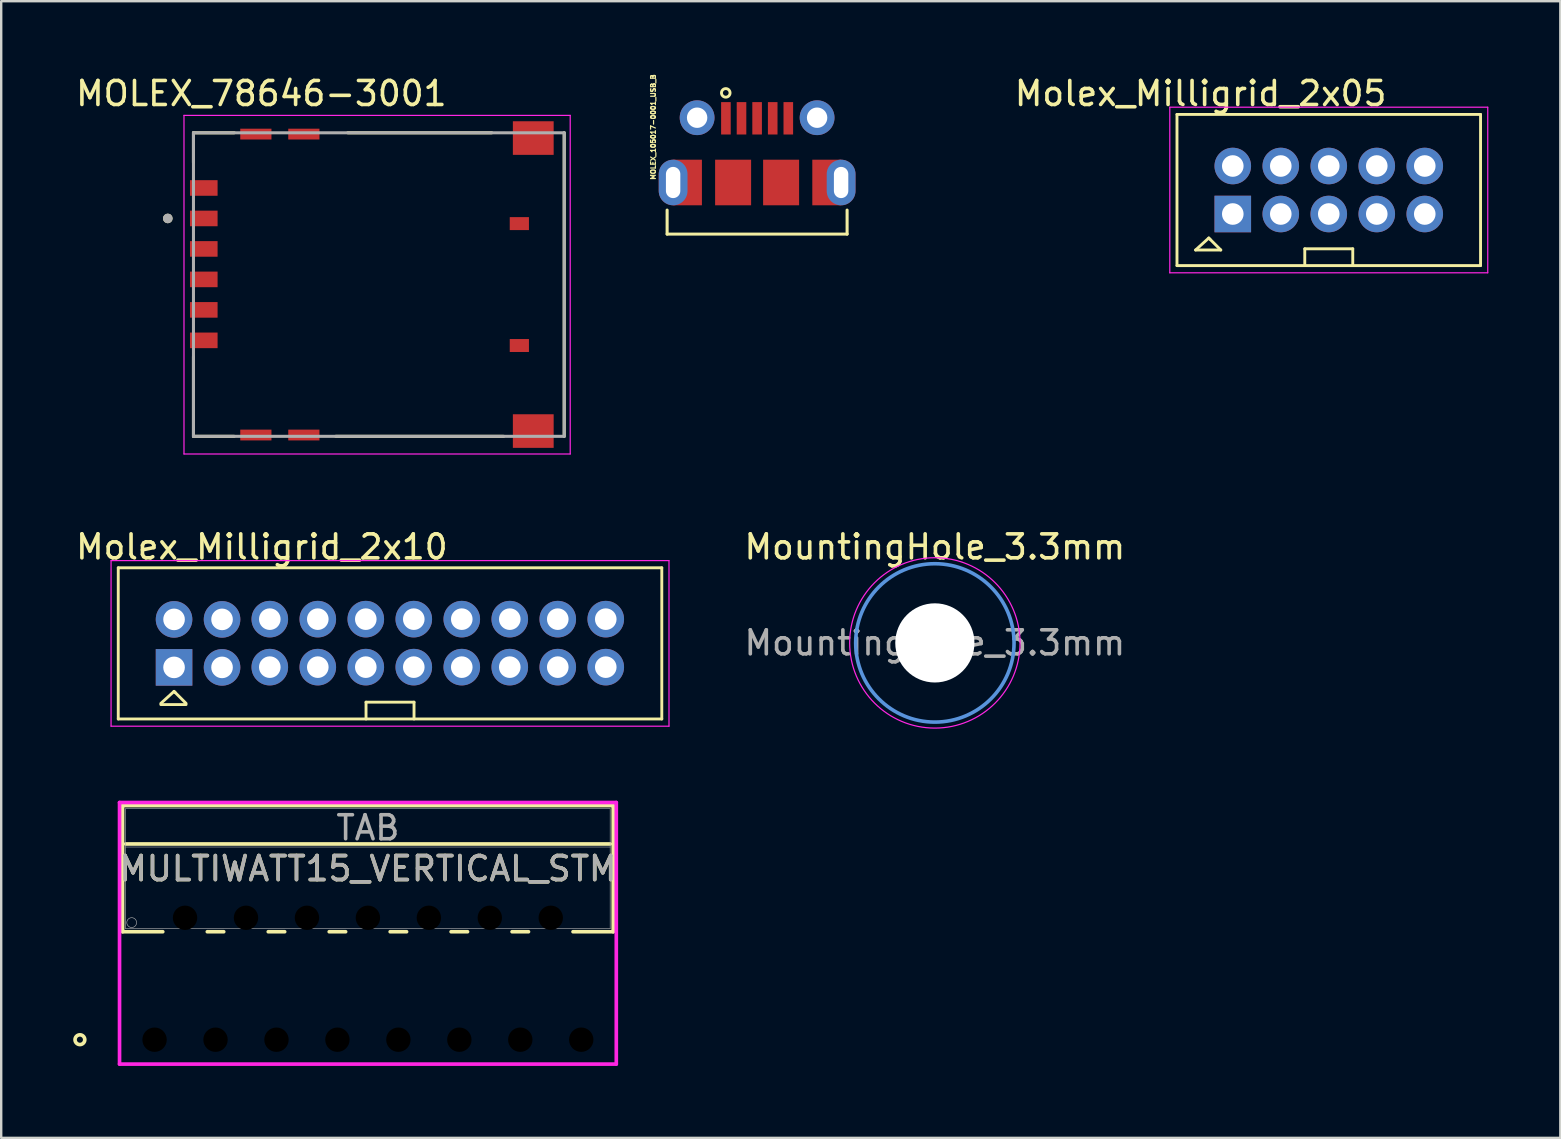
<source format=kicad_pcb>
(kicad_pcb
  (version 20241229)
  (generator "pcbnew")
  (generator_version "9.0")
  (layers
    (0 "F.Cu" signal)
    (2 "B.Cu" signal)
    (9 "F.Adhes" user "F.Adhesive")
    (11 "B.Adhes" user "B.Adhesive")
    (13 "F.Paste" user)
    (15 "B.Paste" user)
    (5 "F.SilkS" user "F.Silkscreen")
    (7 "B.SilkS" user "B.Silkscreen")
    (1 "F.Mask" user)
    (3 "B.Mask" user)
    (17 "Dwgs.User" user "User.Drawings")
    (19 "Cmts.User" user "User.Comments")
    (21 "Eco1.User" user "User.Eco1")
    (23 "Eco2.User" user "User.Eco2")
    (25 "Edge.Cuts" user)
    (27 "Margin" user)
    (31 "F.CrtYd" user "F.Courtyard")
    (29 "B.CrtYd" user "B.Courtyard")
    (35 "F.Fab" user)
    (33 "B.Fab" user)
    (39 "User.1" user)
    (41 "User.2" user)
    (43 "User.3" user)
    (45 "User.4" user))
  (footprint "MULTIWATT15_VERTICAL_STM"
    (layer "F.Cu")
    (at 3.391 40.276)
    (property "Reference" "MULTIWATT15_VERTICAL_STM" (at 8.89 -7.128 0) (unlocked yes) (layer "F.SilkS") (effects (font (size 1 1) (thickness 0.15))))
    (fp_line (start -1.333 -9.757) (end -1.333 -4.499) (stroke (width 0.152) (type solid)) (layer "F.SilkS"))
    (fp_line (start -1.333 -4.499) (end 0.342 -4.499) (stroke (width 0.152) (type solid)) (layer "F.SilkS"))
    (fp_line (start -1.206 -8.157) (end 18.986 -8.157) (stroke (width 0.152) (type solid)) (layer "F.SilkS"))
    (fp_line (start 2.198 -4.499) (end 2.882 -4.499) (stroke (width 0.152) (type solid)) (layer "F.SilkS"))
    (fp_line (start 4.738 -4.499) (end 5.422 -4.499) (stroke (width 0.152) (type solid)) (layer "F.SilkS"))
    (fp_line (start 7.278 -4.499) (end 7.962 -4.499) (stroke (width 0.152) (type solid)) (layer "F.SilkS"))
    (fp_line (start 9.818 -4.499) (end 10.502 -4.499) (stroke (width 0.152) (type solid)) (layer "F.SilkS"))
    (fp_line (start 12.358 -4.499) (end 13.042 -4.499) (stroke (width 0.152) (type solid)) (layer "F.SilkS"))
    (fp_line (start 14.898 -4.499) (end 15.582 -4.499) (stroke (width 0.152) (type solid)) (layer "F.SilkS"))
    (fp_line (start 17.438 -4.499) (end 19.113 -4.499) (stroke (width 0.152) (type solid)) (layer "F.SilkS"))
    (fp_line (start 19.113 -9.757) (end -1.333 -9.757) (stroke (width 0.152) (type solid)) (layer "F.SilkS"))
    (fp_line (start 19.113 -4.499) (end 19.113 -9.757) (stroke (width 0.152) (type solid)) (layer "F.SilkS"))
    (fp_circle (center -3.111 0) (end -2.908 0) (stroke (width 0.152) (type solid)) (fill no) (layer "F.SilkS"))
    (fp_line (start -1.46 -9.884) (end -1.46 1.016) (stroke (width 0.152) (type solid)) (layer "F.CrtYd"))
    (fp_line (start -1.46 1.016) (end 19.241 1.016) (stroke (width 0.152) (type solid)) (layer "F.CrtYd"))
    (fp_line (start 19.241 -9.884) (end -1.46 -9.884) (stroke (width 0.152) (type solid)) (layer "F.CrtYd"))
    (fp_line (start 19.241 1.016) (end 19.241 -9.884) (stroke (width 0.152) (type solid)) (layer "F.CrtYd"))
    (fp_line (start -1.206 -9.63) (end -1.206 -4.626) (stroke (width 0.025) (type solid)) (layer "F.Fab"))
    (fp_line (start -1.206 -8.03) (end 18.986 -8.03) (stroke (width 0.025) (type solid)) (layer "F.Fab"))
    (fp_line (start -1.206 -4.626) (end 18.986 -4.626) (stroke (width 0.025) (type solid)) (layer "F.Fab"))
    (fp_line (start 18.986 -9.63) (end -1.206 -9.63) (stroke (width 0.025) (type solid)) (layer "F.Fab"))
    (fp_line (start 18.986 -4.626) (end 18.986 -9.63) (stroke (width 0.025) (type solid)) (layer "F.Fab"))
    (fp_circle (center -0.953 -4.88) (end -0.749 -4.88) (stroke (width 0.025) (type solid)) (fill no) (layer "F.Fab"))
    (fp_text user "${REFERENCE}" (at 8.89 -7.128 0) (unlocked yes) (layer "F.Fab") (effects (font (size 1 1) (thickness 0.15))))
    (fp_text user "TAB" (at 8.89 -8.83 0) (unlocked yes) (layer "F.Fab") (effects (font (size 1 1) (thickness 0.15))))
    (pad "" np_thru_hole rect (at 0 0) (size 1.524 1.524) (drill 1.016) (layers))
    (pad "" np_thru_hole circle (at 1.27 -5.08) (size 1.524 1.524) (drill 1.016) (layers))
    (pad "" np_thru_hole circle (at 2.54 0) (size 1.524 1.524) (drill 1.016) (layers))
    (pad "" np_thru_hole circle (at 3.81 -5.08) (size 1.524 1.524) (drill 1.016) (layers))
    (pad "" np_thru_hole circle (at 5.08 0) (size 1.524 1.524) (drill 1.016) (layers))
    (pad "" np_thru_hole circle (at 6.35 -5.08) (size 1.524 1.524) (drill 1.016) (layers))
    (pad "" np_thru_hole circle (at 7.62 0) (size 1.524 1.524) (drill 1.016) (layers))
    (pad "" np_thru_hole circle (at 8.89 -5.08) (size 1.524 1.524) (drill 1.016) (layers))
    (pad "" np_thru_hole circle (at 10.16 0) (size 1.524 1.524) (drill 1.016) (layers))
    (pad "" np_thru_hole circle (at 11.43 -5.08) (size 1.524 1.524) (drill 1.016) (layers))
    (pad "" np_thru_hole circle (at 12.7 0) (size 1.524 1.524) (drill 1.016) (layers))
    (pad "" np_thru_hole circle (at 13.97 -5.08) (size 1.524 1.524) (drill 1.016) (layers))
    (pad "" np_thru_hole circle (at 15.24 0) (size 1.524 1.524) (drill 1.016) (layers))
    (pad "" np_thru_hole circle (at 16.51 -5.08) (size 1.524 1.524) (drill 1.016) (layers))
    (pad "" np_thru_hole circle (at 17.78 0) (size 1.524 1.524) (drill 1.016) (layers)))
  (footprint "Molex_Milligrid_2x05"
    (layer "F.Cu")
    (at 52.322 4.868)
    (property "Reference" "Molex_Milligrid_2x05" (at -5.34 -4.02 0) (layer "F.SilkS") (effects (font (size 1 1) (thickness 0.15))))
    (attr through_hole)
    (fp_line (start -6.325 -3.15) (end -6.325 3.15) (stroke (width 0.12) (type solid)) (layer "F.SilkS"))
    (fp_line (start -6.325 -3.15) (end 6.325 -3.15) (stroke (width 0.12) (type solid)) (layer "F.SilkS"))
    (fp_line (start -6.325 3.15) (end 6.325 3.15) (stroke (width 0.12) (type solid)) (layer "F.SilkS"))
    (fp_line (start -5.55 2.5) (end -4.5 2.5) (stroke (width 0.12) (type solid)) (layer "F.SilkS"))
    (fp_line (start -5 2) (end -5.55 2.5) (stroke (width 0.12) (type solid)) (layer "F.SilkS"))
    (fp_line (start -4.95 2.05) (end -5 2) (stroke (width 0.12) (type solid)) (layer "F.SilkS"))
    (fp_line (start -4.5 2.5) (end -4.95 2.05) (stroke (width 0.12) (type solid)) (layer "F.SilkS"))
    (fp_line (start -1 2.45) (end 1 2.45) (stroke (width 0.12) (type solid)) (layer "F.SilkS"))
    (fp_line (start -1 3.15) (end -1 2.45) (stroke (width 0.12) (type solid)) (layer "F.SilkS"))
    (fp_line (start 1 2.45) (end 1 3.15) (stroke (width 0.12) (type solid)) (layer "F.SilkS"))
    (fp_line (start 6.325 -3.15) (end 6.325 3.15) (stroke (width 0.12) (type solid)) (layer "F.SilkS"))
    (fp_line (start -6.625 -3.45) (end -6.625 3.45) (stroke (width 0.05) (type solid)) (layer "F.CrtYd"))
    (fp_line (start -6.625 -3.45) (end 6.625 -3.45) (stroke (width 0.05) (type solid)) (layer "F.CrtYd"))
    (fp_line (start -6.625 3.45) (end 6.625 3.45) (stroke (width 0.05) (type solid)) (layer "F.CrtYd"))
    (fp_line (start 6.625 -3.45) (end 6.625 3.45) (stroke (width 0.05) (type solid)) (layer "F.CrtYd"))
    (pad "1" thru_hole rect (at -4 1) (size 1.524 1.524) (drill 0.9) (layers "*.Cu" "*.Mask"))
    (pad "2" thru_hole circle (at -2 1) (size 1.524 1.524) (drill 0.9) (layers "*.Cu" "*.Mask"))
    (pad "3" thru_hole circle (at 0 1) (size 1.524 1.524) (drill 0.9) (layers "*.Cu" "*.Mask"))
    (pad "4" thru_hole circle (at 2 1) (size 1.524 1.524) (drill 0.9) (layers "*.Cu" "*.Mask"))
    (pad "5" thru_hole circle (at 4 1) (size 1.524 1.524) (drill 0.9) (layers "*.Cu" "*.Mask"))
    (pad "6" thru_hole circle (at -4 -1) (size 1.524 1.524) (drill 0.9) (layers "*.Cu" "*.Mask"))
    (pad "7" thru_hole circle (at -2 -1) (size 1.524 1.524) (drill 0.9) (layers "*.Cu" "*.Mask"))
    (pad "8" thru_hole circle (at 0 -1) (size 1.524 1.524) (drill 0.9) (layers "*.Cu" "*.Mask"))
    (pad "9" thru_hole circle (at 2 -1) (size 1.524 1.524) (drill 0.9) (layers "*.Cu" "*.Mask"))
    (pad "10" thru_hole circle (at 4 -1) (size 1.524 1.524) (drill 0.9) (layers "*.Cu" "*.Mask")))
  (footprint "MountingHole_3.3mm"
    (layer "F.Cu")
    (at 35.907 23.741)
    (property "Reference" "MountingHole_3.3mm" (at 0 -4 0) (layer "F.SilkS") (effects (font (size 1 1) (thickness 0.15))))
    (attr exclude_from_pos_files exclude_from_bom)
    (fp_circle (center 0 0) (end 3.3 0) (stroke (width 0.15) (type solid)) (fill no) (layer "Cmts.User"))
    (fp_circle (center 0 0) (end 3.55 0) (stroke (width 0.05) (type solid)) (fill no) (layer "F.CrtYd"))
    (fp_text user "${REFERENCE}" (at 0 0 0) (layer "F.Fab") (effects (font (size 1 1) (thickness 0.15))))
    (pad "" np_thru_hole circle (at 0 0) (size 3.3 3.3) (drill 3.3) (layers "*.Cu" "*.Mask")))
  (footprint "MOLEX_78646-3001"
    (layer "F.Cu")
    (at 12.737 8.808)
    (property "Reference" "MOLEX_78646-3001" (at -4.897 -7.96 0) (layer "F.SilkS") (effects (font (size 1 1) (thickness 0.15))))
    (attr through_hole)
    (fp_line (start -7.725 -6.325) (end -7.725 -5.08) (stroke (width 0.127) (type solid)) (layer "F.SilkS"))
    (fp_line (start -7.725 -6.325) (end -6.025 -6.325) (stroke (width 0.127) (type solid)) (layer "F.SilkS"))
    (fp_line (start -7.725 3) (end -7.725 6.325) (stroke (width 0.127) (type solid)) (layer "F.SilkS"))
    (fp_line (start -7.725 6.325) (end -6.025 6.325) (stroke (width 0.127) (type solid)) (layer "F.SilkS"))
    (fp_line (start -1.795 6.325) (end 5.205 6.325) (stroke (width 0.127) (type solid)) (layer "F.SilkS"))
    (fp_line (start -1.295 -6.325) (end 4.705 -6.325) (stroke (width 0.127) (type solid)) (layer "F.SilkS"))
    (fp_line (start 7.725 -6.325) (end 7.725 6.325) (stroke (width 0.127) (type solid)) (layer "F.SilkS"))
    (fp_circle (center -8.795 -2.755) (end -8.695 -2.755) (stroke (width 0.2) (type solid)) (fill no) (layer "F.SilkS"))
    (fp_line (start -8.12 -7.05) (end 7.975 -7.05) (stroke (width 0.05) (type solid)) (layer "F.CrtYd"))
    (fp_line (start -8.12 7.06) (end -8.12 -7.05) (stroke (width 0.05) (type solid)) (layer "F.CrtYd"))
    (fp_line (start 7.975 -7.05) (end 7.975 7.06) (stroke (width 0.05) (type solid)) (layer "F.CrtYd"))
    (fp_line (start 7.975 7.06) (end -8.12 7.06) (stroke (width 0.05) (type solid)) (layer "F.CrtYd"))
    (fp_line (start -7.725 -6.325) (end -7.725 6.325) (stroke (width 0.127) (type solid)) (layer "F.Fab"))
    (fp_line (start 7.725 -6.325) (end -7.725 -6.325) (stroke (width 0.127) (type solid)) (layer "F.Fab"))
    (fp_line (start 7.725 -6.325) (end 7.725 6.325) (stroke (width 0.127) (type solid)) (layer "F.Fab"))
    (fp_line (start 7.725 6.325) (end -7.725 6.325) (stroke (width 0.127) (type solid)) (layer "F.Fab"))
    (fp_circle (center -8.795 -2.755) (end -8.695 -2.755) (stroke (width 0.2) (type solid)) (fill no) (layer "F.Fab"))
    (pad "C1" smd rect (at -7.295 -2.755) (size 1.15 0.65) (layers "F.Cu" "F.Mask" "F.Paste"))
    (pad "C2" smd rect (at -7.295 -0.215) (size 1.15 0.65) (layers "F.Cu" "F.Mask" "F.Paste"))
    (pad "C3" smd rect (at -7.295 2.325) (size 1.15 0.65) (layers "F.Cu" "F.Mask" "F.Paste"))
    (pad "C5" smd rect (at -7.295 -4.025) (size 1.15 0.65) (layers "F.Cu" "F.Mask" "F.Paste"))
    (pad "C6" smd rect (at -7.295 -1.485) (size 1.15 0.65) (layers "F.Cu" "F.Mask" "F.Paste"))
    (pad "C7" smd rect (at -7.295 1.055) (size 1.15 0.65) (layers "F.Cu" "F.Mask" "F.Paste"))
    (pad "G1" smd rect (at -5.125 -6.27) (size 1.3 0.45) (layers "F.Cu" "F.Mask" "F.Paste"))
    (pad "G2" smd rect (at -3.125 -6.27) (size 1.3 0.45) (layers "F.Cu" "F.Mask" "F.Paste"))
    (pad "G3" smd rect (at -5.125 6.27) (size 1.3 0.45) (layers "F.Cu" "F.Mask" "F.Paste"))
    (pad "G4" smd rect (at -3.125 6.27) (size 1.3 0.45) (layers "F.Cu" "F.Mask" "F.Paste"))
    (pad "G5" smd rect (at 6.435 6.105) (size 1.7 1.4) (layers "F.Cu" "F.Mask" "F.Paste"))
    (pad "G6" smd rect (at 6.435 -6.105) (size 1.7 1.4) (layers "F.Cu" "F.Mask" "F.Paste"))
    (pad "X1" smd rect (at 5.855 -2.54) (size 0.8 0.54) (layers "F.Cu" "F.Mask" "F.Paste"))
    (pad "X2" smd rect (at 5.855 2.54) (size 0.8 0.54) (layers "F.Cu" "F.Mask" "F.Paste")))
  (footprint "Molex_Milligrid_2x10"
    (layer "F.Cu")
    (at 13.203 23.761)
    (property "Reference" "Molex_Milligrid_2x10" (at -5.34 -4.02 0) (layer "F.SilkS") (effects (font (size 1 1) (thickness 0.15))))
    (attr through_hole)
    (fp_line (start -11.325 -3.15) (end -11.325 3.15) (stroke (width 0.12) (type solid)) (layer "F.SilkS"))
    (fp_line (start -11.325 -3.15) (end 11.325 -3.15) (stroke (width 0.12) (type solid)) (layer "F.SilkS"))
    (fp_line (start -11.325 3.15) (end 11.325 3.15) (stroke (width 0.12) (type solid)) (layer "F.SilkS"))
    (fp_line (start -9.55 2.55) (end -8.5 2.55) (stroke (width 0.12) (type solid)) (layer "F.SilkS"))
    (fp_line (start -9 2) (end -9.55 2.5) (stroke (width 0.12) (type solid)) (layer "F.SilkS"))
    (fp_line (start -8.95 2.05) (end -9 2) (stroke (width 0.12) (type solid)) (layer "F.SilkS"))
    (fp_line (start -8.5 2.5) (end -8.95 2.05) (stroke (width 0.12) (type solid)) (layer "F.SilkS"))
    (fp_line (start -1 2.45) (end 1 2.45) (stroke (width 0.12) (type solid)) (layer "F.SilkS"))
    (fp_line (start -1 3.15) (end -1 2.45) (stroke (width 0.12) (type solid)) (layer "F.SilkS"))
    (fp_line (start 1 2.45) (end 1 3.15) (stroke (width 0.12) (type solid)) (layer "F.SilkS"))
    (fp_line (start 11.325 -3.15) (end 11.325 3.15) (stroke (width 0.12) (type solid)) (layer "F.SilkS"))
    (fp_line (start -11.625 -3.45) (end -11.625 3.45) (stroke (width 0.05) (type solid)) (layer "F.CrtYd"))
    (fp_line (start -11.625 -3.45) (end 11.625 -3.45) (stroke (width 0.05) (type solid)) (layer "F.CrtYd"))
    (fp_line (start -11.625 3.45) (end 11.625 3.45) (stroke (width 0.05) (type solid)) (layer "F.CrtYd"))
    (fp_line (start 11.625 -3.45) (end 11.625 3.45) (stroke (width 0.05) (type solid)) (layer "F.CrtYd"))
    (pad "1" thru_hole rect (at -9 1) (size 1.524 1.524) (drill 0.9) (layers "*.Cu" "*.Mask"))
    (pad "2" thru_hole circle (at -7 1) (size 1.524 1.524) (drill 0.9) (layers "*.Cu" "*.Mask"))
    (pad "3" thru_hole circle (at -5.01 0.99) (size 1.524 1.524) (drill 0.9) (layers "*.Cu" "*.Mask"))
    (pad "4" thru_hole circle (at -3.01 0.99) (size 1.524 1.524) (drill 0.9) (layers "*.Cu" "*.Mask"))
    (pad "5" thru_hole circle (at -1.01 0.99) (size 1.524 1.524) (drill 0.9) (layers "*.Cu" "*.Mask"))
    (pad "6" thru_hole circle (at 0.99 0.99) (size 1.524 1.524) (drill 0.9) (layers "*.Cu" "*.Mask"))
    (pad "7" thru_hole circle (at 2.99 0.99) (size 1.524 1.524) (drill 0.9) (layers "*.Cu" "*.Mask"))
    (pad "8" thru_hole circle (at 4.99 0.99) (size 1.524 1.524) (drill 0.9) (layers "*.Cu" "*.Mask"))
    (pad "9" thru_hole circle (at 6.99 0.99) (size 1.524 1.524) (drill 0.9) (layers "*.Cu" "*.Mask"))
    (pad "10" thru_hole circle (at 8.99 0.99) (size 1.524 1.524) (drill 0.9) (layers "*.Cu" "*.Mask"))
    (pad "11" thru_hole circle (at -9 -1) (size 1.524 1.524) (drill 0.9) (layers "*.Cu" "*.Mask"))
    (pad "12" thru_hole circle (at -7 -1) (size 1.524 1.524) (drill 0.9) (layers "*.Cu" "*.Mask"))
    (pad "13" thru_hole circle (at -5.01 -1.01) (size 1.524 1.524) (drill 0.9) (layers "*.Cu" "*.Mask"))
    (pad "14" thru_hole circle (at -3.01 -1.01) (size 1.524 1.524) (drill 0.9) (layers "*.Cu" "*.Mask"))
    (pad "15" thru_hole circle (at -1.01 -1.01) (size 1.524 1.524) (drill 0.9) (layers "*.Cu" "*.Mask"))
    (pad "16" thru_hole circle (at 0.99 -1.01) (size 1.524 1.524) (drill 0.9) (layers "*.Cu" "*.Mask"))
    (pad "17" thru_hole circle (at 2.99 -1.01) (size 1.524 1.524) (drill 0.9) (layers "*.Cu" "*.Mask"))
    (pad "18" thru_hole circle (at 4.99 -1.01) (size 1.524 1.524) (drill 0.9) (layers "*.Cu" "*.Mask"))
    (pad "19" thru_hole circle (at 6.99 -1.01) (size 1.524 1.524) (drill 0.9) (layers "*.Cu" "*.Mask"))
    (pad "20" thru_hole circle (at 8.99 -1.01) (size 1.524 1.524) (drill 0.9) (layers "*.Cu" "*.Mask")))
  (footprint "MOLEX_105017-0001_USB_B"
    (layer "F.Cu")
    (at 28.5 4.555)
    (property "Reference" "MOLEX_105017-0001_USB_B" (at -4.329 -2.309 90) (layer "F.SilkS") (effects (font (size 0.2 0.2) (thickness 0.05))))
    (attr smd)
    (fp_line (start -3.75 1.15) (end -3.75 2.15) (stroke (width 0.127) (type solid)) (layer "F.SilkS"))
    (fp_line (start -3.75 2.15) (end 3.75 2.15) (stroke (width 0.127) (type solid)) (layer "F.SilkS"))
    (fp_line (start 3.75 1.15) (end 3.75 2.15) (stroke (width 0.127) (type solid)) (layer "F.SilkS"))
    (fp_circle (center -1.306 -3.734) (end -1.163 -3.627) (stroke (width 0.12) (type solid)) (fill no) (layer "F.SilkS"))
    (fp_line (start -4.4 -1.3) (end -4.4 1.7) (stroke (width 0.127) (type solid)) (layer "Eco1.User"))
    (fp_line (start -4.4 1.7) (end 4.4 1.7) (stroke (width 0.127) (type solid)) (layer "Eco1.User"))
    (fp_line (start -4 -3.6) (end -4 -1.3) (stroke (width 0.127) (type solid)) (layer "Eco1.User"))
    (fp_line (start -4 -1.3) (end -4.4 -1.3) (stroke (width 0.127) (type solid)) (layer "Eco1.User"))
    (fp_line (start 4 -3.6) (end -4 -3.6) (stroke (width 0.127) (type solid)) (layer "Eco1.User"))
    (fp_line (start 4 -1.3) (end 4 -3.6) (stroke (width 0.127) (type solid)) (layer "Eco1.User"))
    (fp_line (start 4.4 -1.3) (end 4 -1.3) (stroke (width 0.127) (type solid)) (layer "Eco1.User"))
    (fp_line (start 4.4 1.7) (end 4.4 -1.3) (stroke (width 0.127) (type solid)) (layer "Eco1.User"))
    (fp_line (start -4.7 1.45) (end 4.85 1.45) (stroke (width 0.127) (type solid)) (layer "Eco2.User"))
    (fp_line (start -4.05 2.55) (end -4.05 2.8) (stroke (width 0.127) (type solid)) (layer "Eco2.User"))
    (fp_line (start -3.75 -2.85) (end -3.75 2.15) (stroke (width 0.127) (type solid)) (layer "Eco2.User"))
    (fp_line (start 3.75 -2.85) (end -3.75 -2.85) (stroke (width 0.127) (type solid)) (layer "Eco2.User"))
    (fp_line (start 3.75 2.15) (end 3.75 -2.85) (stroke (width 0.127) (type solid)) (layer "Eco2.User"))
    (fp_line (start 4.05 2.55) (end 4.05 2.8) (stroke (width 0.127) (type solid)) (layer "Eco2.User"))
    (fp_arc (start -3.749998 2.150027) (mid -3.824729 2.40647) (end -4.05 2.55) (stroke (width 0.127) (type solid)) (layer "Eco2.User"))
    (fp_arc (start -3.5 2.15) (mid -3.656708 2.575092) (end -4.049998 2.800002) (stroke (width 0.127) (type solid)) (layer "Eco2.User"))
    (fp_arc (start 4.049998 2.800002) (mid 3.656708 2.575092) (end 3.5 2.15) (stroke (width 0.127) (type solid)) (layer "Eco2.User"))
    (fp_arc (start 4.05 2.55) (mid 3.824729 2.40647) (end 3.749998 2.150027) (stroke (width 0.127) (type solid)) (layer "Eco2.User"))
    (fp_text user "PCB~{Edge}" (at 4.358 1.453 0) (layer "Eco1.User") (effects (font (size 1 1) (thickness 0.05))))
    (pad "1" smd rect (at -1.3 -2.675) (size 0.4 1.35) (layers "F.Cu" "F.Mask" "F.Paste"))
    (pad "2" smd rect (at -0.65 -2.675) (size 0.4 1.35) (layers "F.Cu" "F.Mask" "F.Paste"))
    (pad "3" smd rect (at 0 -2.675) (size 0.4 1.35) (layers "F.Cu" "F.Mask" "F.Paste"))
    (pad "4" smd rect (at 0.65 -2.675) (size 0.4 1.35) (layers "F.Cu" "F.Mask" "F.Paste"))
    (pad "5" smd rect (at 1.3 -2.675) (size 0.4 1.35) (layers "F.Cu" "F.Mask" "F.Paste"))
    (pad "6" thru_hole oval (at -3.5 0 90) (size 1.9 1.2) (drill oval 1.3 0.6) (layers "*.Cu" "*.Mask"))
    (pad "6" smd rect (at -2.9 0) (size 1.2 1.9) (layers "F.Cu" "F.Mask" "F.Paste"))
    (pad "6" thru_hole circle (at -2.5 -2.7) (size 1.45 1.45) (drill 0.85) (layers "*.Cu" "*.Mask"))
    (pad "6" smd rect (at -1 0) (size 1.5 1.9) (layers "F.Cu" "F.Mask" "F.Paste"))
    (pad "6" smd rect (at 1 0) (size 1.5 1.9) (layers "F.Cu" "F.Mask" "F.Paste"))
    (pad "6" thru_hole circle (at 2.5 -2.7) (size 1.45 1.45) (drill 0.85) (layers "*.Cu" "*.Mask"))
    (pad "6" smd rect (at 2.9 0) (size 1.2 1.9) (layers "F.Cu" "F.Mask" "F.Paste"))
    (pad "6" thru_hole oval (at 3.5 0 90) (size 1.9 1.2) (drill oval 1.3 0.6) (layers "*.Cu" "*.Mask")))
  (gr_rect
    (start -3 -3)
    (end 61.972 44.368)
    (stroke (width 0.1) (type default))
    (fill no)
    (layer "Edge.Cuts")))
</source>
